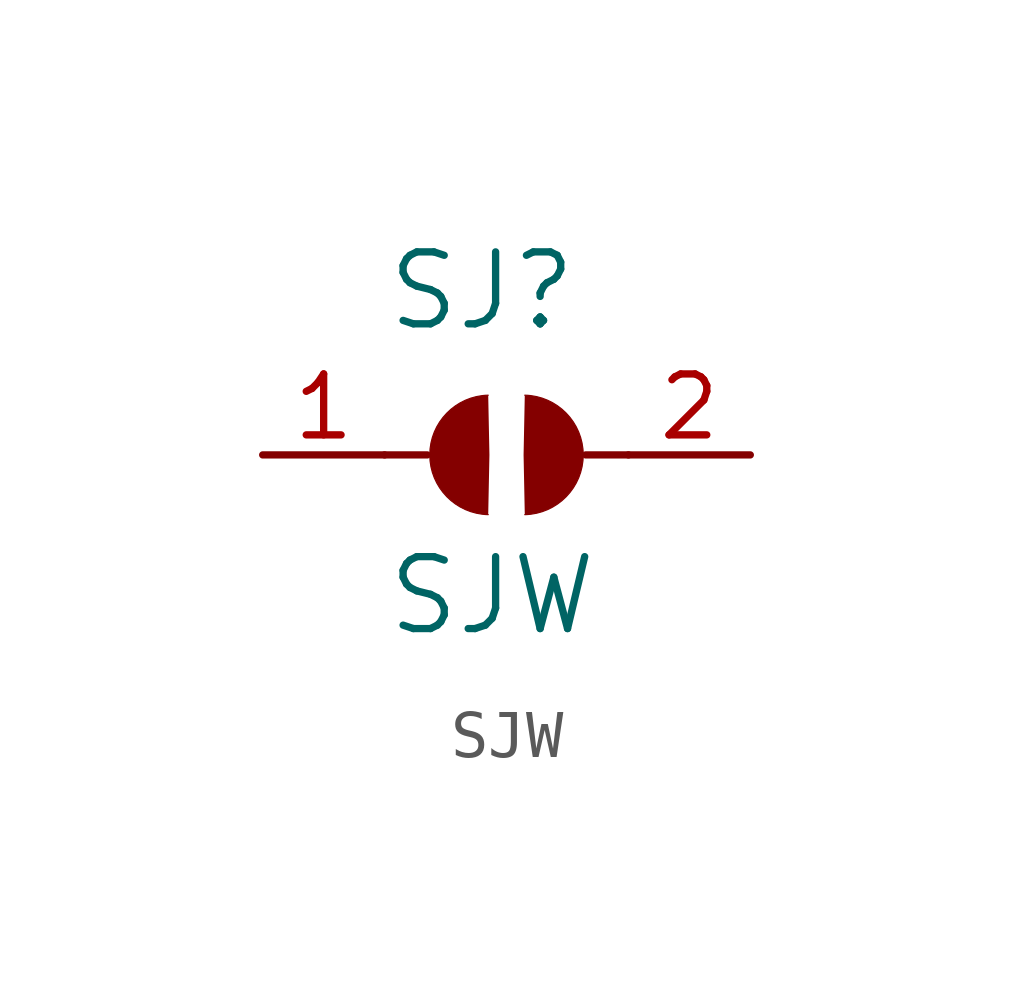
<source format=kicad_sym>
(kicad_symbol_lib
  (version 20211014)
  (generator kicad_symbol_editor)
  (symbol "SJW"
    (pin_names
      (offset 1.016))
    (property "Reference" "SJ"
      (at -2.54 2.54 0)
      (effects (font (size 1.499 1.499)) (justify left bottom)))
    (property "Value" "SJW"
      (at -2.54 -3.81 0)
      (effects (font (size 1.499 1.499)) (justify left bottom)))
    (property "ki_locked" ""
      (at 0 0 0)
      (effects (font (size 1.27 1.27))))
    (symbol "SJW_1_0"
      (arc (start -0.381 1.2446) (mid -1.6005 0) (end -0.381 -1.2446) (stroke (width 0.0254) (type default) (color 0 0 0 0)) (fill (type outline)))
      (polyline (pts (xy -2.54 0) (xy -1.651 0)) (stroke (width 0) (type default) (color 0 0 0 0)) (fill (type none)))
      (polyline (pts (xy 2.54 0) (xy 1.651 0)) (stroke (width 0) (type default) (color 0 0 0 0)) (fill (type none)))
      (arc (start 0.381 -1.2446) (mid 1.6005 0) (end 0.381 1.2446) (stroke (width 0.0254) (type default) (color 0 0 0 0)) (fill (type outline)))
      (pin passive line (at -5.08 0 0) (length 2.54) (name "1" (effects (font (size 0 0)))) (number "1" (effects (font (size 1.27 1.27)))))
      (pin passive line (at 5.08 0 180) (length 2.54) (name "2" (effects (font (size 0 0)))) (number "2" (effects (font (size 1.27 1.27))))))))
</source>
